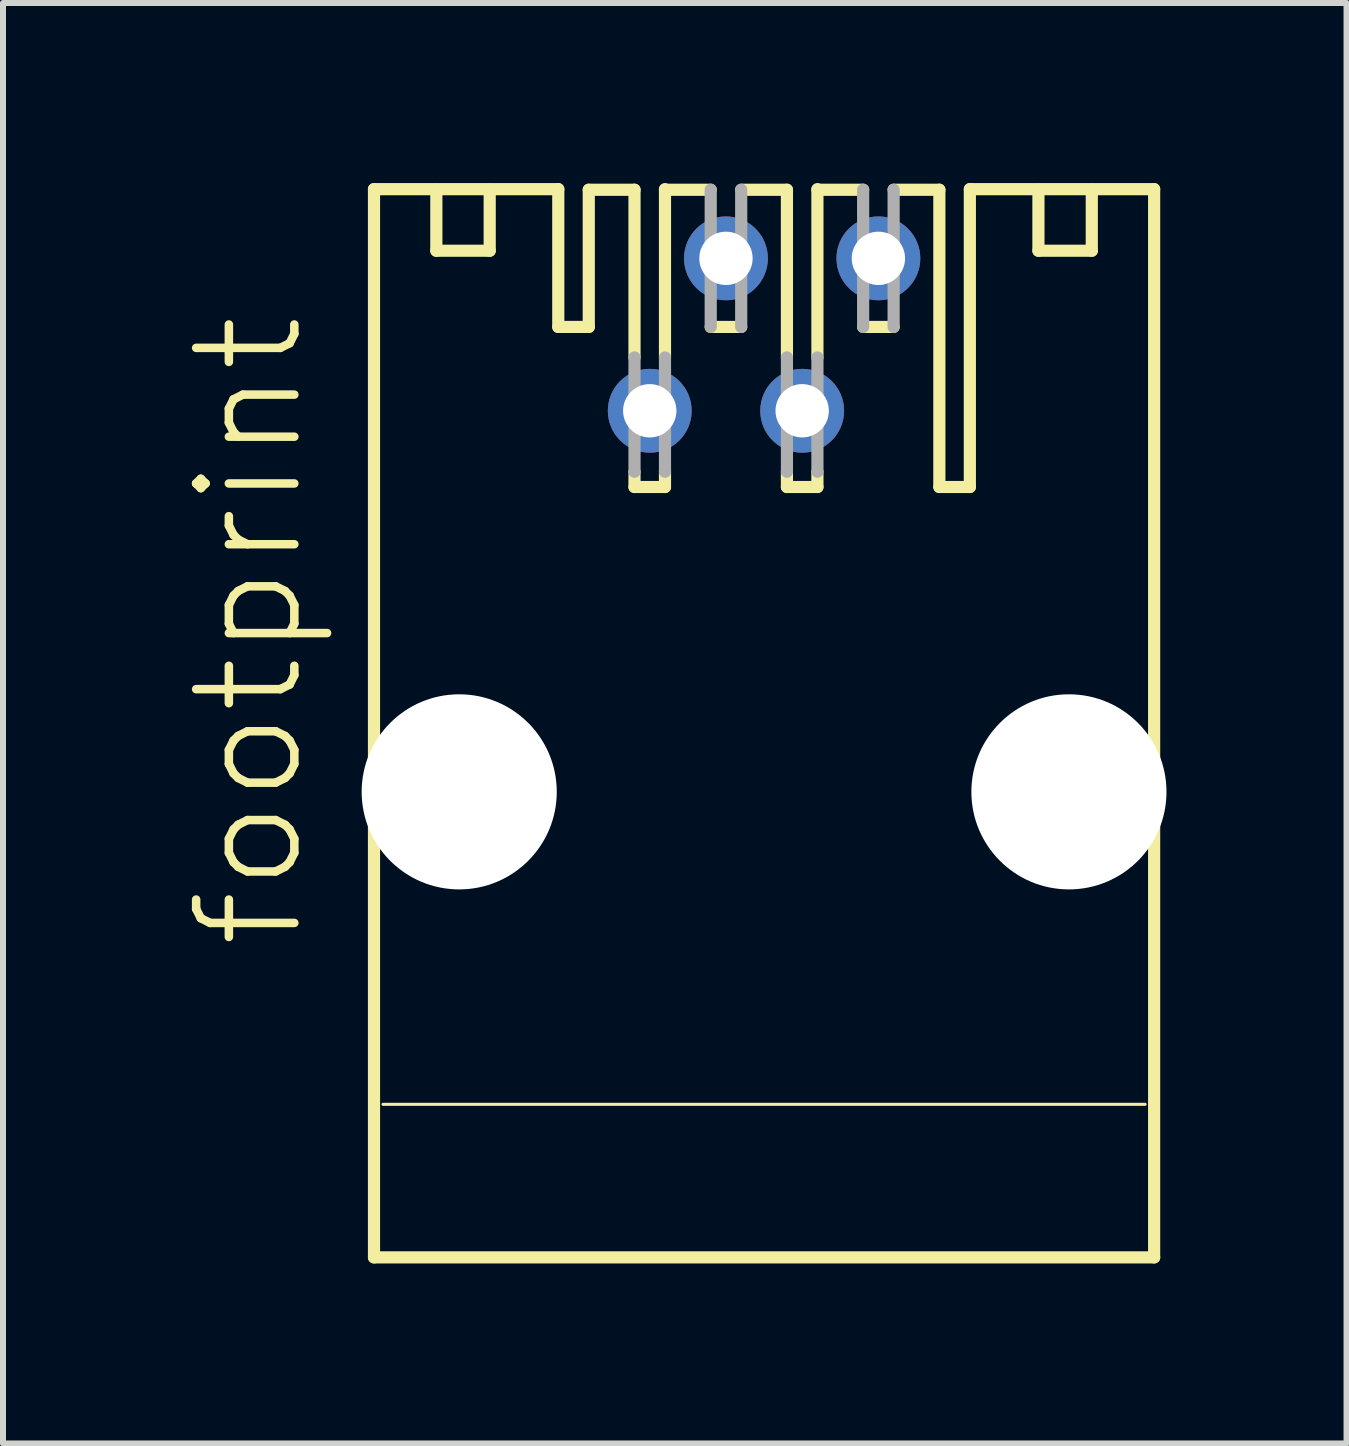
<source format=kicad_pcb>
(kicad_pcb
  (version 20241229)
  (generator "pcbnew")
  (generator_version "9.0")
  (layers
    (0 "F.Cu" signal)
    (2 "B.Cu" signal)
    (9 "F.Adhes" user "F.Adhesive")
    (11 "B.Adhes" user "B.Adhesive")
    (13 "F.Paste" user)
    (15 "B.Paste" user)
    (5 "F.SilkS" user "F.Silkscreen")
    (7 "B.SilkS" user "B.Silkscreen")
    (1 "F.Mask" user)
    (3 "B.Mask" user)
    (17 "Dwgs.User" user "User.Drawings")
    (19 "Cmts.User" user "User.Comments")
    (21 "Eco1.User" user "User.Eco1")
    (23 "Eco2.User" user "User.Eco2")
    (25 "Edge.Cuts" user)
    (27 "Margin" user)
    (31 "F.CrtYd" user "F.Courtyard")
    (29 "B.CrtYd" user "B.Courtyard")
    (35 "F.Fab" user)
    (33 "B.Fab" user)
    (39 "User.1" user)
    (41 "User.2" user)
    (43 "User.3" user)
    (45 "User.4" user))
  (footprint "footprint"
    (layer "F.Cu")
    (at 9.682 9.002)
    (property "Reference" "footprint" (at -7.62 3.81 90) (layer "F.SilkS") (effects (font (size 1.636 1.636) (thickness 0.142)) (justify left bottom)))
    (fp_line (start -6.5 -8.9) (end -3.429 -8.9) (stroke (width 0.203) (type solid)) (layer "F.SilkS"))
    (fp_line (start -6.5 8.9) (end -6.5 -8.9) (stroke (width 0.203) (type solid)) (layer "F.SilkS"))
    (fp_line (start -6.35 6.35) (end 6.35 6.35) (stroke (width 0.051) (type solid)) (layer "F.SilkS"))
    (fp_line (start -5.461 -8.89) (end -5.461 -7.874) (stroke (width 0.203) (type solid)) (layer "F.SilkS"))
    (fp_line (start -5.461 -7.874) (end -4.572 -7.874) (stroke (width 0.203) (type solid)) (layer "F.SilkS"))
    (fp_line (start -4.572 -7.874) (end -4.572 -8.89) (stroke (width 0.203) (type solid)) (layer "F.SilkS"))
    (fp_line (start -3.429 -8.9) (end -3.429 -6.604) (stroke (width 0.203) (type solid)) (layer "F.SilkS"))
    (fp_line (start -2.921 -8.89) (end -2.921 -6.604) (stroke (width 0.203) (type solid)) (layer "F.SilkS"))
    (fp_line (start -2.921 -8.89) (end -2.159 -8.89) (stroke (width 0.203) (type solid)) (layer "F.SilkS"))
    (fp_line (start -2.921 -6.604) (end -3.429 -6.604) (stroke (width 0.203) (type solid)) (layer "F.SilkS"))
    (fp_line (start -2.159 -6.096) (end -2.159 -8.89) (stroke (width 0.203) (type solid)) (layer "F.SilkS"))
    (fp_line (start -2.159 -3.937) (end -2.159 -4.191) (stroke (width 0.203) (type solid)) (layer "F.SilkS"))
    (fp_line (start -1.651 -8.89) (end -0.889 -8.89) (stroke (width 0.203) (type solid)) (layer "F.SilkS"))
    (fp_line (start -1.651 -6.096) (end -1.651 -8.9) (stroke (width 0.203) (type solid)) (layer "F.SilkS"))
    (fp_line (start -1.651 -3.937) (end -2.159 -3.937) (stroke (width 0.203) (type solid)) (layer "F.SilkS"))
    (fp_line (start -1.651 -3.937) (end -1.651 -4.191) (stroke (width 0.203) (type solid)) (layer "F.SilkS"))
    (fp_line (start -0.381 -8.89) (end 0.381 -8.89) (stroke (width 0.203) (type solid)) (layer "F.SilkS"))
    (fp_line (start -0.381 -6.604) (end -0.889 -6.604) (stroke (width 0.203) (type solid)) (layer "F.SilkS"))
    (fp_line (start 0.381 -6.096) (end 0.381 -8.89) (stroke (width 0.203) (type solid)) (layer "F.SilkS"))
    (fp_line (start 0.381 -3.937) (end 0.381 -4.191) (stroke (width 0.203) (type solid)) (layer "F.SilkS"))
    (fp_line (start 0.889 -8.89) (end 1.651 -8.89) (stroke (width 0.203) (type solid)) (layer "F.SilkS"))
    (fp_line (start 0.889 -6.096) (end 0.889 -8.9) (stroke (width 0.203) (type solid)) (layer "F.SilkS"))
    (fp_line (start 0.889 -3.937) (end 0.381 -3.937) (stroke (width 0.203) (type solid)) (layer "F.SilkS"))
    (fp_line (start 0.889 -3.937) (end 0.889 -4.191) (stroke (width 0.203) (type solid)) (layer "F.SilkS"))
    (fp_line (start 2.159 -8.89) (end 2.921 -8.89) (stroke (width 0.203) (type solid)) (layer "F.SilkS"))
    (fp_line (start 2.159 -6.604) (end 1.651 -6.604) (stroke (width 0.203) (type solid)) (layer "F.SilkS"))
    (fp_line (start 2.921 -3.937) (end 2.921 -8.89) (stroke (width 0.203) (type solid)) (layer "F.SilkS"))
    (fp_line (start 3.429 -8.9) (end 6.5 -8.9) (stroke (width 0.203) (type solid)) (layer "F.SilkS"))
    (fp_line (start 3.429 -3.937) (end 2.921 -3.937) (stroke (width 0.203) (type solid)) (layer "F.SilkS"))
    (fp_line (start 3.429 -3.937) (end 3.429 -8.9) (stroke (width 0.203) (type solid)) (layer "F.SilkS"))
    (fp_line (start 4.572 -7.874) (end 4.572 -8.89) (stroke (width 0.203) (type solid)) (layer "F.SilkS"))
    (fp_line (start 5.461 -8.89) (end 5.461 -7.874) (stroke (width 0.203) (type solid)) (layer "F.SilkS"))
    (fp_line (start 5.461 -7.874) (end 4.572 -7.874) (stroke (width 0.203) (type solid)) (layer "F.SilkS"))
    (fp_line (start 6.5 -8.9) (end 6.5 8.9) (stroke (width 0.203) (type solid)) (layer "F.SilkS"))
    (fp_line (start 6.5 8.9) (end -6.5 8.9) (stroke (width 0.203) (type solid)) (layer "F.SilkS"))
    (fp_line (start -2.159 -6.096) (end -2.159 -4.191) (stroke (width 0.203) (type solid)) (layer "F.Fab"))
    (fp_line (start -1.651 -6.096) (end -1.651 -4.191) (stroke (width 0.203) (type solid)) (layer "F.Fab"))
    (fp_line (start -0.889 -8.89) (end -0.889 -6.604) (stroke (width 0.203) (type solid)) (layer "F.Fab"))
    (fp_line (start -0.381 -8.89) (end -0.381 -6.604) (stroke (width 0.203) (type solid)) (layer "F.Fab"))
    (fp_line (start 0.381 -6.096) (end 0.381 -4.191) (stroke (width 0.203) (type solid)) (layer "F.Fab"))
    (fp_line (start 0.889 -6.096) (end 0.889 -4.191) (stroke (width 0.203) (type solid)) (layer "F.Fab"))
    (fp_line (start 1.651 -8.89) (end 1.651 -6.604) (stroke (width 0.203) (type solid)) (layer "F.Fab"))
    (fp_line (start 2.159 -8.89) (end 2.159 -6.604) (stroke (width 0.203) (type solid)) (layer "F.Fab"))
    (pad "" np_thru_hole circle (at -5.08 1.143) (size 3.251 3.251) (drill 3.251) (layers "*.Cu" "*.Mask"))
    (pad "" np_thru_hole circle (at 5.08 1.143) (size 3.251 3.251) (drill 3.251) (layers "*.Cu" "*.Mask"))
    (pad "1" thru_hole circle (at -1.905 -5.207) (size 1.397 1.397) (drill 0.889) (layers "*.Cu" "*.Mask"))
    (pad "2" thru_hole circle (at -0.635 -7.747) (size 1.397 1.397) (drill 0.889) (layers "*.Cu" "*.Mask"))
    (pad "3" thru_hole circle (at 0.635 -5.207) (size 1.397 1.397) (drill 0.889) (layers "*.Cu" "*.Mask"))
    (pad "4" thru_hole circle (at 1.905 -7.747) (size 1.397 1.397) (drill 0.889) (layers "*.Cu" "*.Mask")))
  (gr_rect
    (start -3 -3)
    (end 19.388 21.003)
    (stroke (width 0.1) (type default))
    (fill no)
    (layer "Edge.Cuts")))
</source>
